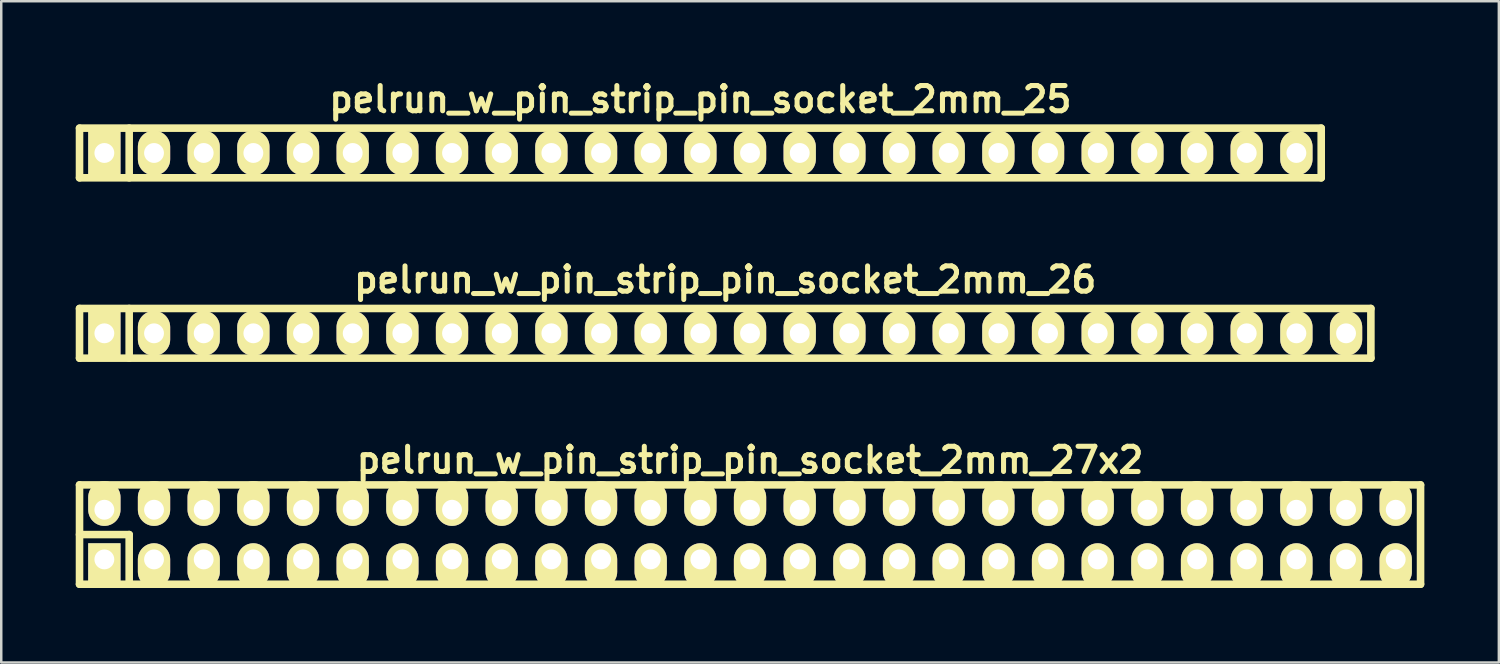
<source format=kicad_pcb>
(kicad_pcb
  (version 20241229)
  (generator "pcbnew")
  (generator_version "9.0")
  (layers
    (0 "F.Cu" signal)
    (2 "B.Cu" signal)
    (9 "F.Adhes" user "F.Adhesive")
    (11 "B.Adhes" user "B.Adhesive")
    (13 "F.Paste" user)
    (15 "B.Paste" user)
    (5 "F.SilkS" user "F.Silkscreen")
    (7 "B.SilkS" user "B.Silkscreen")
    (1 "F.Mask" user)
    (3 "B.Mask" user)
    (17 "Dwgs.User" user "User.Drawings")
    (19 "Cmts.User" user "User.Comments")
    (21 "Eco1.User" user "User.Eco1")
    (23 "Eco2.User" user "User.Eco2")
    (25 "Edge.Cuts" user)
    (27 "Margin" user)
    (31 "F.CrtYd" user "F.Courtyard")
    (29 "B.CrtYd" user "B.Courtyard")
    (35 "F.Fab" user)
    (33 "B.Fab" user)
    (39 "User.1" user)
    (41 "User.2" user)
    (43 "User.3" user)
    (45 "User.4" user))
  (footprint "pelrun_w_pin_strip_pin_socket_2mm_26"
    (layer "F.Cu")
    (at 26.152 10.372)
    (property "Reference" "pelrun_w_pin_strip_pin_socket_2mm_26" (at 0 -2.159 0) (layer "F.SilkS") (effects (font (size 1.016 1.016) (thickness 0.203))))
    (attr through_hole)
    (fp_line (start -26 -1) (end 26 -1) (stroke (width 0.305) (type solid)) (layer "F.SilkS"))
    (fp_line (start -26 1) (end -26 -1) (stroke (width 0.305) (type solid)) (layer "F.SilkS"))
    (fp_line (start -24 -1) (end -24 1) (stroke (width 0.305) (type solid)) (layer "F.SilkS"))
    (fp_line (start 26 -1) (end 26 1) (stroke (width 0.305) (type solid)) (layer "F.SilkS"))
    (fp_line (start 26 1) (end -26 1) (stroke (width 0.305) (type solid)) (layer "F.SilkS"))
    (pad "1" thru_hole rect (at -25 0) (size 1.3 1.8) (drill 0.8) (layers "*.Cu" "*.Mask" "F.SilkS"))
    (pad "2" thru_hole oval (at -23 0) (size 1.3 1.8) (drill 0.8) (layers "*.Cu" "*.Mask" "F.SilkS"))
    (pad "3" thru_hole oval (at -21 0) (size 1.3 1.8) (drill 0.8) (layers "*.Cu" "*.Mask" "F.SilkS"))
    (pad "4" thru_hole oval (at -19 0) (size 1.3 1.8) (drill 0.8) (layers "*.Cu" "*.Mask" "F.SilkS"))
    (pad "5" thru_hole oval (at -17 0) (size 1.3 1.8) (drill 0.8) (layers "*.Cu" "*.Mask" "F.SilkS"))
    (pad "6" thru_hole oval (at -15 0) (size 1.3 1.8) (drill 0.8) (layers "*.Cu" "*.Mask" "F.SilkS"))
    (pad "7" thru_hole oval (at -13 0) (size 1.3 1.8) (drill 0.8) (layers "*.Cu" "*.Mask" "F.SilkS"))
    (pad "8" thru_hole oval (at -11 0) (size 1.3 1.8) (drill 0.8) (layers "*.Cu" "*.Mask" "F.SilkS"))
    (pad "9" thru_hole oval (at -9 0) (size 1.3 1.8) (drill 0.8) (layers "*.Cu" "*.Mask" "F.SilkS"))
    (pad "10" thru_hole oval (at -7 0) (size 1.3 1.8) (drill 0.8) (layers "*.Cu" "*.Mask" "F.SilkS"))
    (pad "11" thru_hole oval (at -5 0) (size 1.3 1.8) (drill 0.8) (layers "*.Cu" "*.Mask" "F.SilkS"))
    (pad "12" thru_hole oval (at -3 0) (size 1.3 1.8) (drill 0.8) (layers "*.Cu" "*.Mask" "F.SilkS"))
    (pad "13" thru_hole oval (at -1 0) (size 1.3 1.8) (drill 0.8) (layers "*.Cu" "*.Mask" "F.SilkS"))
    (pad "14" thru_hole oval (at 1 0) (size 1.3 1.8) (drill 0.8) (layers "*.Cu" "*.Mask" "F.SilkS"))
    (pad "15" thru_hole oval (at 3 0) (size 1.3 1.8) (drill 0.8) (layers "*.Cu" "*.Mask" "F.SilkS"))
    (pad "16" thru_hole oval (at 5 0) (size 1.3 1.8) (drill 0.8) (layers "*.Cu" "*.Mask" "F.SilkS"))
    (pad "17" thru_hole oval (at 7 0) (size 1.3 1.8) (drill 0.8) (layers "*.Cu" "*.Mask" "F.SilkS"))
    (pad "18" thru_hole oval (at 9 0) (size 1.3 1.8) (drill 0.8) (layers "*.Cu" "*.Mask" "F.SilkS"))
    (pad "19" thru_hole oval (at 11 0) (size 1.3 1.8) (drill 0.8) (layers "*.Cu" "*.Mask" "F.SilkS"))
    (pad "20" thru_hole oval (at 13 0) (size 1.3 1.8) (drill 0.8) (layers "*.Cu" "*.Mask" "F.SilkS"))
    (pad "21" thru_hole oval (at 15 0) (size 1.3 1.8) (drill 0.8) (layers "*.Cu" "*.Mask" "F.SilkS"))
    (pad "22" thru_hole oval (at 17 0) (size 1.3 1.8) (drill 0.8) (layers "*.Cu" "*.Mask" "F.SilkS"))
    (pad "23" thru_hole oval (at 19 0) (size 1.3 1.8) (drill 0.8) (layers "*.Cu" "*.Mask" "F.SilkS"))
    (pad "24" thru_hole oval (at 21 0) (size 1.3 1.8) (drill 0.8) (layers "*.Cu" "*.Mask" "F.SilkS"))
    (pad "25" thru_hole oval (at 23 0) (size 1.3 1.8) (drill 0.8) (layers "*.Cu" "*.Mask" "F.SilkS"))
    (pad "26" thru_hole oval (at 25 0) (size 1.3 1.8) (drill 0.8) (layers "*.Cu" "*.Mask" "F.SilkS")))
  (footprint "pelrun_w_pin_strip_pin_socket_2mm_25"
    (layer "F.Cu")
    (at 25.152 3.11)
    (property "Reference" "pelrun_w_pin_strip_pin_socket_2mm_25" (at 0 -2.159 0) (layer "F.SilkS") (effects (font (size 1.016 1.016) (thickness 0.203))))
    (attr through_hole)
    (fp_line (start -25 -1) (end 25 -1) (stroke (width 0.305) (type solid)) (layer "F.SilkS"))
    (fp_line (start -25 1) (end -25 -1) (stroke (width 0.305) (type solid)) (layer "F.SilkS"))
    (fp_line (start -23 -1) (end -23 1) (stroke (width 0.305) (type solid)) (layer "F.SilkS"))
    (fp_line (start 25 -1) (end 25 1) (stroke (width 0.305) (type solid)) (layer "F.SilkS"))
    (fp_line (start 25 1) (end -25 1) (stroke (width 0.305) (type solid)) (layer "F.SilkS"))
    (pad "1" thru_hole rect (at -24 0) (size 1.3 1.8) (drill 0.8) (layers "*.Cu" "*.Mask" "F.SilkS"))
    (pad "2" thru_hole oval (at -22 0) (size 1.3 1.8) (drill 0.8) (layers "*.Cu" "*.Mask" "F.SilkS"))
    (pad "3" thru_hole oval (at -20 0) (size 1.3 1.8) (drill 0.8) (layers "*.Cu" "*.Mask" "F.SilkS"))
    (pad "4" thru_hole oval (at -18 0) (size 1.3 1.8) (drill 0.8) (layers "*.Cu" "*.Mask" "F.SilkS"))
    (pad "5" thru_hole oval (at -16 0) (size 1.3 1.8) (drill 0.8) (layers "*.Cu" "*.Mask" "F.SilkS"))
    (pad "6" thru_hole oval (at -14 0) (size 1.3 1.8) (drill 0.8) (layers "*.Cu" "*.Mask" "F.SilkS"))
    (pad "7" thru_hole oval (at -12 0) (size 1.3 1.8) (drill 0.8) (layers "*.Cu" "*.Mask" "F.SilkS"))
    (pad "8" thru_hole oval (at -10 0) (size 1.3 1.8) (drill 0.8) (layers "*.Cu" "*.Mask" "F.SilkS"))
    (pad "9" thru_hole oval (at -8 0) (size 1.3 1.8) (drill 0.8) (layers "*.Cu" "*.Mask" "F.SilkS"))
    (pad "10" thru_hole oval (at -6 0) (size 1.3 1.8) (drill 0.8) (layers "*.Cu" "*.Mask" "F.SilkS"))
    (pad "11" thru_hole oval (at -4 0) (size 1.3 1.8) (drill 0.8) (layers "*.Cu" "*.Mask" "F.SilkS"))
    (pad "12" thru_hole oval (at -2 0) (size 1.3 1.8) (drill 0.8) (layers "*.Cu" "*.Mask" "F.SilkS"))
    (pad "13" thru_hole oval (at 0 0) (size 1.3 1.8) (drill 0.8) (layers "*.Cu" "*.Mask" "F.SilkS"))
    (pad "14" thru_hole oval (at 2 0) (size 1.3 1.8) (drill 0.8) (layers "*.Cu" "*.Mask" "F.SilkS"))
    (pad "15" thru_hole oval (at 4 0) (size 1.3 1.8) (drill 0.8) (layers "*.Cu" "*.Mask" "F.SilkS"))
    (pad "16" thru_hole oval (at 6 0) (size 1.3 1.8) (drill 0.8) (layers "*.Cu" "*.Mask" "F.SilkS"))
    (pad "17" thru_hole oval (at 8 0) (size 1.3 1.8) (drill 0.8) (layers "*.Cu" "*.Mask" "F.SilkS"))
    (pad "18" thru_hole oval (at 10 0) (size 1.3 1.8) (drill 0.8) (layers "*.Cu" "*.Mask" "F.SilkS"))
    (pad "19" thru_hole oval (at 12 0) (size 1.3 1.8) (drill 0.8) (layers "*.Cu" "*.Mask" "F.SilkS"))
    (pad "20" thru_hole oval (at 14 0) (size 1.3 1.8) (drill 0.8) (layers "*.Cu" "*.Mask" "F.SilkS"))
    (pad "21" thru_hole oval (at 16 0) (size 1.3 1.8) (drill 0.8) (layers "*.Cu" "*.Mask" "F.SilkS"))
    (pad "22" thru_hole oval (at 18 0) (size 1.3 1.8) (drill 0.8) (layers "*.Cu" "*.Mask" "F.SilkS"))
    (pad "23" thru_hole oval (at 20 0) (size 1.3 1.8) (drill 0.8) (layers "*.Cu" "*.Mask" "F.SilkS"))
    (pad "24" thru_hole oval (at 22 0) (size 1.3 1.8) (drill 0.8) (layers "*.Cu" "*.Mask" "F.SilkS"))
    (pad "25" thru_hole oval (at 24 0) (size 1.3 1.8) (drill 0.8) (layers "*.Cu" "*.Mask" "F.SilkS")))
  (footprint "pelrun_w_pin_strip_pin_socket_2mm_27x2"
    (layer "F.Cu")
    (at 27.152 18.476)
    (property "Reference" "pelrun_w_pin_strip_pin_socket_2mm_27x2" (at 0 -3 0) (layer "F.SilkS") (effects (font (size 1.016 1.016) (thickness 0.203))))
    (attr through_hole)
    (fp_line (start -27 -2) (end 27 -2) (stroke (width 0.305) (type solid)) (layer "F.SilkS"))
    (fp_line (start -27 0) (end -25 0) (stroke (width 0.305) (type solid)) (layer "F.SilkS"))
    (fp_line (start -27 2) (end -27 -2) (stroke (width 0.305) (type solid)) (layer "F.SilkS"))
    (fp_line (start -25 0) (end -25 2) (stroke (width 0.305) (type solid)) (layer "F.SilkS"))
    (fp_line (start 27 -2) (end 27 2) (stroke (width 0.305) (type solid)) (layer "F.SilkS"))
    (fp_line (start 27 2) (end -27 2) (stroke (width 0.305) (type solid)) (layer "F.SilkS"))
    (pad "1" thru_hole rect (at -26 1) (size 1.3 1.8) (drill 0.8 (offset 0 0.25)) (layers "*.Cu" "*.Mask" "F.SilkS"))
    (pad "2" thru_hole oval (at -26 -1) (size 1.3 1.8) (drill 0.8 (offset 0 -0.25)) (layers "*.Cu" "*.Mask" "F.SilkS"))
    (pad "3" thru_hole oval (at -24 1) (size 1.3 1.8) (drill 0.8 (offset 0 0.25)) (layers "*.Cu" "*.Mask" "F.SilkS"))
    (pad "4" thru_hole oval (at -24 -1) (size 1.3 1.8) (drill 0.8 (offset 0 -0.25)) (layers "*.Cu" "*.Mask" "F.SilkS"))
    (pad "5" thru_hole oval (at -22 1) (size 1.3 1.8) (drill 0.8 (offset 0 0.25)) (layers "*.Cu" "*.Mask" "F.SilkS"))
    (pad "6" thru_hole oval (at -22 -1) (size 1.3 1.8) (drill 0.8 (offset 0 -0.25)) (layers "*.Cu" "*.Mask" "F.SilkS"))
    (pad "7" thru_hole oval (at -20 1) (size 1.3 1.8) (drill 0.8 (offset 0 0.25)) (layers "*.Cu" "*.Mask" "F.SilkS"))
    (pad "8" thru_hole oval (at -20 -1) (size 1.3 1.8) (drill 0.8 (offset 0 -0.25)) (layers "*.Cu" "*.Mask" "F.SilkS"))
    (pad "9" thru_hole oval (at -18 1) (size 1.3 1.8) (drill 0.8 (offset 0 0.25)) (layers "*.Cu" "*.Mask" "F.SilkS"))
    (pad "10" thru_hole oval (at -18 -1) (size 1.3 1.8) (drill 0.8 (offset 0 -0.25)) (layers "*.Cu" "*.Mask" "F.SilkS"))
    (pad "11" thru_hole oval (at -16 1) (size 1.3 1.8) (drill 0.8 (offset 0 0.25)) (layers "*.Cu" "*.Mask" "F.SilkS"))
    (pad "12" thru_hole oval (at -16 -1) (size 1.3 1.8) (drill 0.8 (offset 0 -0.25)) (layers "*.Cu" "*.Mask" "F.SilkS"))
    (pad "13" thru_hole oval (at -14 1) (size 1.3 1.8) (drill 0.8 (offset 0 0.25)) (layers "*.Cu" "*.Mask" "F.SilkS"))
    (pad "14" thru_hole oval (at -14 -1) (size 1.3 1.8) (drill 0.8 (offset 0 -0.25)) (layers "*.Cu" "*.Mask" "F.SilkS"))
    (pad "15" thru_hole oval (at -12 1) (size 1.3 1.8) (drill 0.8 (offset 0 0.25)) (layers "*.Cu" "*.Mask" "F.SilkS"))
    (pad "16" thru_hole oval (at -12 -1) (size 1.3 1.8) (drill 0.8 (offset 0 -0.25)) (layers "*.Cu" "*.Mask" "F.SilkS"))
    (pad "17" thru_hole oval (at -10 1) (size 1.3 1.8) (drill 0.8 (offset 0 0.25)) (layers "*.Cu" "*.Mask" "F.SilkS"))
    (pad "18" thru_hole oval (at -10 -1) (size 1.3 1.8) (drill 0.8 (offset 0 -0.25)) (layers "*.Cu" "*.Mask" "F.SilkS"))
    (pad "19" thru_hole oval (at -8 1) (size 1.3 1.8) (drill 0.8 (offset 0 0.25)) (layers "*.Cu" "*.Mask" "F.SilkS"))
    (pad "20" thru_hole oval (at -8 -1) (size 1.3 1.8) (drill 0.8 (offset 0 -0.25)) (layers "*.Cu" "*.Mask" "F.SilkS"))
    (pad "21" thru_hole oval (at -6 1) (size 1.3 1.8) (drill 0.8 (offset 0 0.25)) (layers "*.Cu" "*.Mask" "F.SilkS"))
    (pad "22" thru_hole oval (at -6 -1) (size 1.3 1.8) (drill 0.8 (offset 0 -0.25)) (layers "*.Cu" "*.Mask" "F.SilkS"))
    (pad "23" thru_hole oval (at -4 1) (size 1.3 1.8) (drill 0.8 (offset 0 0.25)) (layers "*.Cu" "*.Mask" "F.SilkS"))
    (pad "24" thru_hole oval (at -4 -1) (size 1.3 1.8) (drill 0.8 (offset 0 -0.25)) (layers "*.Cu" "*.Mask" "F.SilkS"))
    (pad "25" thru_hole oval (at -2 1) (size 1.3 1.8) (drill 0.8 (offset 0 0.25)) (layers "*.Cu" "*.Mask" "F.SilkS"))
    (pad "26" thru_hole oval (at -2 -1) (size 1.3 1.8) (drill 0.8 (offset 0 -0.25)) (layers "*.Cu" "*.Mask" "F.SilkS"))
    (pad "27" thru_hole oval (at 0 1) (size 1.3 1.8) (drill 0.8 (offset 0 0.25)) (layers "*.Cu" "*.Mask" "F.SilkS"))
    (pad "28" thru_hole oval (at 0 -1) (size 1.3 1.8) (drill 0.8 (offset 0 -0.25)) (layers "*.Cu" "*.Mask" "F.SilkS"))
    (pad "29" thru_hole oval (at 2 1) (size 1.3 1.8) (drill 0.8 (offset 0 0.25)) (layers "*.Cu" "*.Mask" "F.SilkS"))
    (pad "30" thru_hole oval (at 2 -1) (size 1.3 1.8) (drill 0.8 (offset 0 -0.25)) (layers "*.Cu" "*.Mask" "F.SilkS"))
    (pad "31" thru_hole oval (at 4 1) (size 1.3 1.8) (drill 0.8 (offset 0 0.25)) (layers "*.Cu" "*.Mask" "F.SilkS"))
    (pad "32" thru_hole oval (at 4 -1) (size 1.3 1.8) (drill 0.8 (offset 0 -0.25)) (layers "*.Cu" "*.Mask" "F.SilkS"))
    (pad "33" thru_hole oval (at 6 1) (size 1.3 1.8) (drill 0.8 (offset 0 0.25)) (layers "*.Cu" "*.Mask" "F.SilkS"))
    (pad "34" thru_hole oval (at 6 -1) (size 1.3 1.8) (drill 0.8 (offset 0 -0.25)) (layers "*.Cu" "*.Mask" "F.SilkS"))
    (pad "35" thru_hole oval (at 8 1) (size 1.3 1.8) (drill 0.8 (offset 0 0.25)) (layers "*.Cu" "*.Mask" "F.SilkS"))
    (pad "36" thru_hole oval (at 8 -1) (size 1.3 1.8) (drill 0.8 (offset 0 -0.25)) (layers "*.Cu" "*.Mask" "F.SilkS"))
    (pad "37" thru_hole oval (at 10 1) (size 1.3 1.8) (drill 0.8 (offset 0 0.25)) (layers "*.Cu" "*.Mask" "F.SilkS"))
    (pad "38" thru_hole oval (at 10 -1) (size 1.3 1.8) (drill 0.8 (offset 0 -0.25)) (layers "*.Cu" "*.Mask" "F.SilkS"))
    (pad "39" thru_hole oval (at 12 1) (size 1.3 1.8) (drill 0.8 (offset 0 0.25)) (layers "*.Cu" "*.Mask" "F.SilkS"))
    (pad "40" thru_hole oval (at 12 -1) (size 1.3 1.8) (drill 0.8 (offset 0 -0.25)) (layers "*.Cu" "*.Mask" "F.SilkS"))
    (pad "41" thru_hole oval (at 14 1) (size 1.3 1.8) (drill 0.8 (offset 0 0.25)) (layers "*.Cu" "*.Mask" "F.SilkS"))
    (pad "42" thru_hole oval (at 14 -1) (size 1.3 1.8) (drill 0.8 (offset 0 -0.25)) (layers "*.Cu" "*.Mask" "F.SilkS"))
    (pad "43" thru_hole oval (at 16 1) (size 1.3 1.8) (drill 0.8 (offset 0 0.25)) (layers "*.Cu" "*.Mask" "F.SilkS"))
    (pad "44" thru_hole oval (at 16 -1) (size 1.3 1.8) (drill 0.8 (offset 0 -0.25)) (layers "*.Cu" "*.Mask" "F.SilkS"))
    (pad "45" thru_hole oval (at 18 1) (size 1.3 1.8) (drill 0.8 (offset 0 0.25)) (layers "*.Cu" "*.Mask" "F.SilkS"))
    (pad "46" thru_hole oval (at 18 -1) (size 1.3 1.8) (drill 0.8 (offset 0 -0.25)) (layers "*.Cu" "*.Mask" "F.SilkS"))
    (pad "47" thru_hole oval (at 20 1) (size 1.3 1.8) (drill 0.8 (offset 0 0.25)) (layers "*.Cu" "*.Mask" "F.SilkS"))
    (pad "48" thru_hole oval (at 20 -1) (size 1.3 1.8) (drill 0.8 (offset 0 -0.25)) (layers "*.Cu" "*.Mask" "F.SilkS"))
    (pad "49" thru_hole oval (at 22 1) (size 1.3 1.8) (drill 0.8 (offset 0 0.25)) (layers "*.Cu" "*.Mask" "F.SilkS"))
    (pad "50" thru_hole oval (at 22 -1) (size 1.3 1.8) (drill 0.8 (offset 0 -0.25)) (layers "*.Cu" "*.Mask" "F.SilkS"))
    (pad "51" thru_hole oval (at 24 1) (size 1.3 1.8) (drill 0.8 (offset 0 0.25)) (layers "*.Cu" "*.Mask" "F.SilkS"))
    (pad "52" thru_hole oval (at 24 -1) (size 1.3 1.8) (drill 0.8 (offset 0 -0.25)) (layers "*.Cu" "*.Mask" "F.SilkS"))
    (pad "53" thru_hole oval (at 26 1) (size 1.3 1.8) (drill 0.8 (offset 0 0.25)) (layers "*.Cu" "*.Mask" "F.SilkS"))
    (pad "54" thru_hole oval (at 26 -1) (size 1.3 1.8) (drill 0.8 (offset 0 -0.25)) (layers "*.Cu" "*.Mask" "F.SilkS")))
  (gr_rect
    (start -3 -3)
    (end 57.305 23.628)
    (stroke (width 0.1) (type default))
    (fill no)
    (layer "Edge.Cuts")))
</source>
